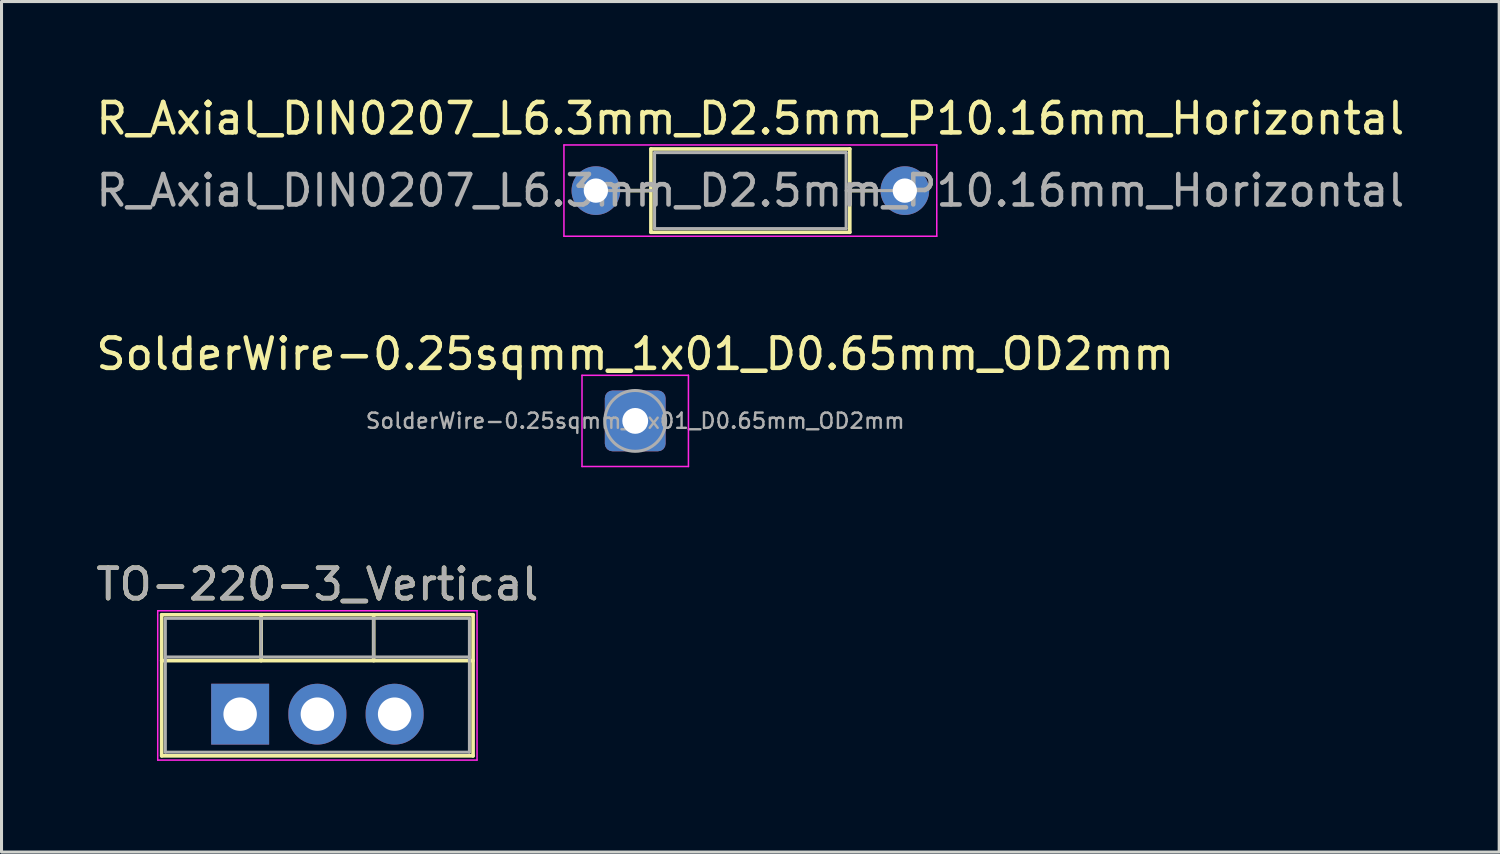
<source format=kicad_pcb>
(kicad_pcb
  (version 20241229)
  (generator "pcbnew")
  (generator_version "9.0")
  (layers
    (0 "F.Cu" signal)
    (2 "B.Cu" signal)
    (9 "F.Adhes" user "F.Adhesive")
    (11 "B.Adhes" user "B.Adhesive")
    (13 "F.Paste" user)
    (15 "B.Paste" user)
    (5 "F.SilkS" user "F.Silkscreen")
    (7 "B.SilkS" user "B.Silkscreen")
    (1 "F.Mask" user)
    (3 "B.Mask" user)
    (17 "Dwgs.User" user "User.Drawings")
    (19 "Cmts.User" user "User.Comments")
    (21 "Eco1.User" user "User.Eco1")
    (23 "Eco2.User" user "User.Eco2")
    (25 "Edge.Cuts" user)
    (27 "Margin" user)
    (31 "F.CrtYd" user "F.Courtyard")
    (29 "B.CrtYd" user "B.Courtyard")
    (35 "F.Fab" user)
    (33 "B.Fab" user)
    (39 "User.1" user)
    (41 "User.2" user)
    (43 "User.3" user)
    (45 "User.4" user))
  (footprint "TO-220-3_Vertical"
    (layer "F.Cu")
    (at 4.847 20.435)
    (property "Reference" "TO-220-3_Vertical" (at 2.54 -4.27 180) (layer "F.SilkS") (effects (font (size 1 1) (thickness 0.15))))
    (attr through_hole)
    (fp_line (start -2.58 -3.27) (end -2.58 1.371) (stroke (width 0.12) (type solid)) (layer "F.SilkS"))
    (fp_line (start -2.58 -3.27) (end 7.66 -3.27) (stroke (width 0.12) (type solid)) (layer "F.SilkS"))
    (fp_line (start -2.58 -1.76) (end 7.66 -1.76) (stroke (width 0.12) (type solid)) (layer "F.SilkS"))
    (fp_line (start -2.58 1.371) (end 7.66 1.371) (stroke (width 0.12) (type solid)) (layer "F.SilkS"))
    (fp_line (start 0.69 -3.27) (end 0.69 -1.76) (stroke (width 0.12) (type solid)) (layer "F.SilkS"))
    (fp_line (start 4.391 -3.27) (end 4.391 -1.76) (stroke (width 0.12) (type solid)) (layer "F.SilkS"))
    (fp_line (start 7.66 -3.27) (end 7.66 1.371) (stroke (width 0.12) (type solid)) (layer "F.SilkS"))
    (fp_line (start -2.71 -3.4) (end -2.71 1.51) (stroke (width 0.05) (type solid)) (layer "F.CrtYd"))
    (fp_line (start -2.71 1.51) (end 7.79 1.51) (stroke (width 0.05) (type solid)) (layer "F.CrtYd"))
    (fp_line (start 7.79 -3.4) (end -2.71 -3.4) (stroke (width 0.05) (type solid)) (layer "F.CrtYd"))
    (fp_line (start 7.79 1.51) (end 7.79 -3.4) (stroke (width 0.05) (type solid)) (layer "F.CrtYd"))
    (fp_line (start -2.46 -3.15) (end -2.46 1.25) (stroke (width 0.1) (type solid)) (layer "F.Fab"))
    (fp_line (start -2.46 -1.88) (end 7.54 -1.88) (stroke (width 0.1) (type solid)) (layer "F.Fab"))
    (fp_line (start -2.46 1.25) (end 7.54 1.25) (stroke (width 0.1) (type solid)) (layer "F.Fab"))
    (fp_line (start 0.69 -3.15) (end 0.69 -1.88) (stroke (width 0.1) (type solid)) (layer "F.Fab"))
    (fp_line (start 4.39 -3.15) (end 4.39 -1.88) (stroke (width 0.1) (type solid)) (layer "F.Fab"))
    (fp_line (start 7.54 -3.15) (end -2.46 -3.15) (stroke (width 0.1) (type solid)) (layer "F.Fab"))
    (fp_line (start 7.54 1.25) (end 7.54 -3.15) (stroke (width 0.1) (type solid)) (layer "F.Fab"))
    (fp_text user "${REFERENCE}" (at 2.54 -4.27 180) (layer "F.Fab") (effects (font (size 1 1) (thickness 0.15))))
    (pad "1" thru_hole rect (at 0 0) (size 1.905 2) (drill 1.1) (layers "*.Cu" "*.Mask"))
    (pad "2" thru_hole oval (at 2.54 0) (size 1.905 2) (drill 1.1) (layers "*.Cu" "*.Mask"))
    (pad "3" thru_hole oval (at 5.08 0) (size 1.905 2) (drill 1.1) (layers "*.Cu" "*.Mask")))
  (footprint "SolderWire-0.25sqmm_1x01_D0.65mm_OD2mm"
    (layer "F.Cu")
    (at 17.839 10.791)
    (property "Reference" "SolderWire-0.25sqmm_1x01_D0.65mm_OD2mm" (at 0 -2.2 0) (layer "F.SilkS") (effects (font (size 1 1) (thickness 0.15))))
    (attr exclude_from_pos_files)
    (fp_line (start -1.75 -1.5) (end -1.75 1.5) (stroke (width 0.05) (type solid)) (layer "F.CrtYd"))
    (fp_line (start -1.75 1.5) (end 1.75 1.5) (stroke (width 0.05) (type solid)) (layer "F.CrtYd"))
    (fp_line (start 1.75 -1.5) (end -1.75 -1.5) (stroke (width 0.05) (type solid)) (layer "F.CrtYd"))
    (fp_line (start 1.75 1.5) (end 1.75 -1.5) (stroke (width 0.05) (type solid)) (layer "F.CrtYd"))
    (fp_circle (center 0 0) (end 1 0) (stroke (width 0.1) (type solid)) (fill no) (layer "F.Fab"))
    (fp_text user "${REFERENCE}" (at 0 0 0) (layer "F.Fab") (effects (font (size 0.5 0.5) (thickness 0.08))))
    (pad "1" thru_hole roundrect (at 0 0) (size 2 2) (drill 0.85) (layers "*.Cu" "*.Mask") (roundrect_rratio 0.125)))
  (footprint "R_Axial_DIN0207_L6.3mm_D2.5mm_P10.16mm_Horizontal"
    (layer "F.Cu")
    (at 16.545 3.218)
    (property "Reference" "R_Axial_DIN0207_L6.3mm_D2.5mm_P10.16mm_Horizontal" (at 5.08 -2.37 0) (layer "F.SilkS") (effects (font (size 1 1) (thickness 0.15))))
    (attr through_hole)
    (fp_line (start 1.04 0) (end 1.81 0) (stroke (width 0.12) (type solid)) (layer "F.SilkS"))
    (fp_line (start 1.81 -1.37) (end 1.81 1.37) (stroke (width 0.12) (type solid)) (layer "F.SilkS"))
    (fp_line (start 1.81 1.37) (end 8.35 1.37) (stroke (width 0.12) (type solid)) (layer "F.SilkS"))
    (fp_line (start 8.35 -1.37) (end 1.81 -1.37) (stroke (width 0.12) (type solid)) (layer "F.SilkS"))
    (fp_line (start 8.35 1.37) (end 8.35 -1.37) (stroke (width 0.12) (type solid)) (layer "F.SilkS"))
    (fp_line (start 9.12 0) (end 8.35 0) (stroke (width 0.12) (type solid)) (layer "F.SilkS"))
    (fp_line (start -1.05 -1.5) (end -1.05 1.5) (stroke (width 0.05) (type solid)) (layer "F.CrtYd"))
    (fp_line (start -1.05 1.5) (end 11.21 1.5) (stroke (width 0.05) (type solid)) (layer "F.CrtYd"))
    (fp_line (start 11.21 -1.5) (end -1.05 -1.5) (stroke (width 0.05) (type solid)) (layer "F.CrtYd"))
    (fp_line (start 11.21 1.5) (end 11.21 -1.5) (stroke (width 0.05) (type solid)) (layer "F.CrtYd"))
    (fp_line (start 0 0) (end 1.93 0) (stroke (width 0.1) (type solid)) (layer "F.Fab"))
    (fp_line (start 1.93 -1.25) (end 1.93 1.25) (stroke (width 0.1) (type solid)) (layer "F.Fab"))
    (fp_line (start 1.93 1.25) (end 8.23 1.25) (stroke (width 0.1) (type solid)) (layer "F.Fab"))
    (fp_line (start 8.23 -1.25) (end 1.93 -1.25) (stroke (width 0.1) (type solid)) (layer "F.Fab"))
    (fp_line (start 8.23 1.25) (end 8.23 -1.25) (stroke (width 0.1) (type solid)) (layer "F.Fab"))
    (fp_line (start 10.16 0) (end 8.23 0) (stroke (width 0.1) (type solid)) (layer "F.Fab"))
    (fp_text user "${REFERENCE}" (at 5.08 0 0) (layer "F.Fab") (effects (font (size 1 1) (thickness 0.15))))
    (pad "1" thru_hole circle (at 0 0) (size 1.6 1.6) (drill 0.8) (layers "*.Cu" "*.Mask"))
    (pad "2" thru_hole oval (at 10.16 0) (size 1.6 1.6) (drill 0.8) (layers "*.Cu" "*.Mask")))
  (gr_rect
    (start -3 -3)
    (end 46.25 24.97)
    (stroke (width 0.1) (type default))
    (fill no)
    (layer "Edge.Cuts")))
</source>
